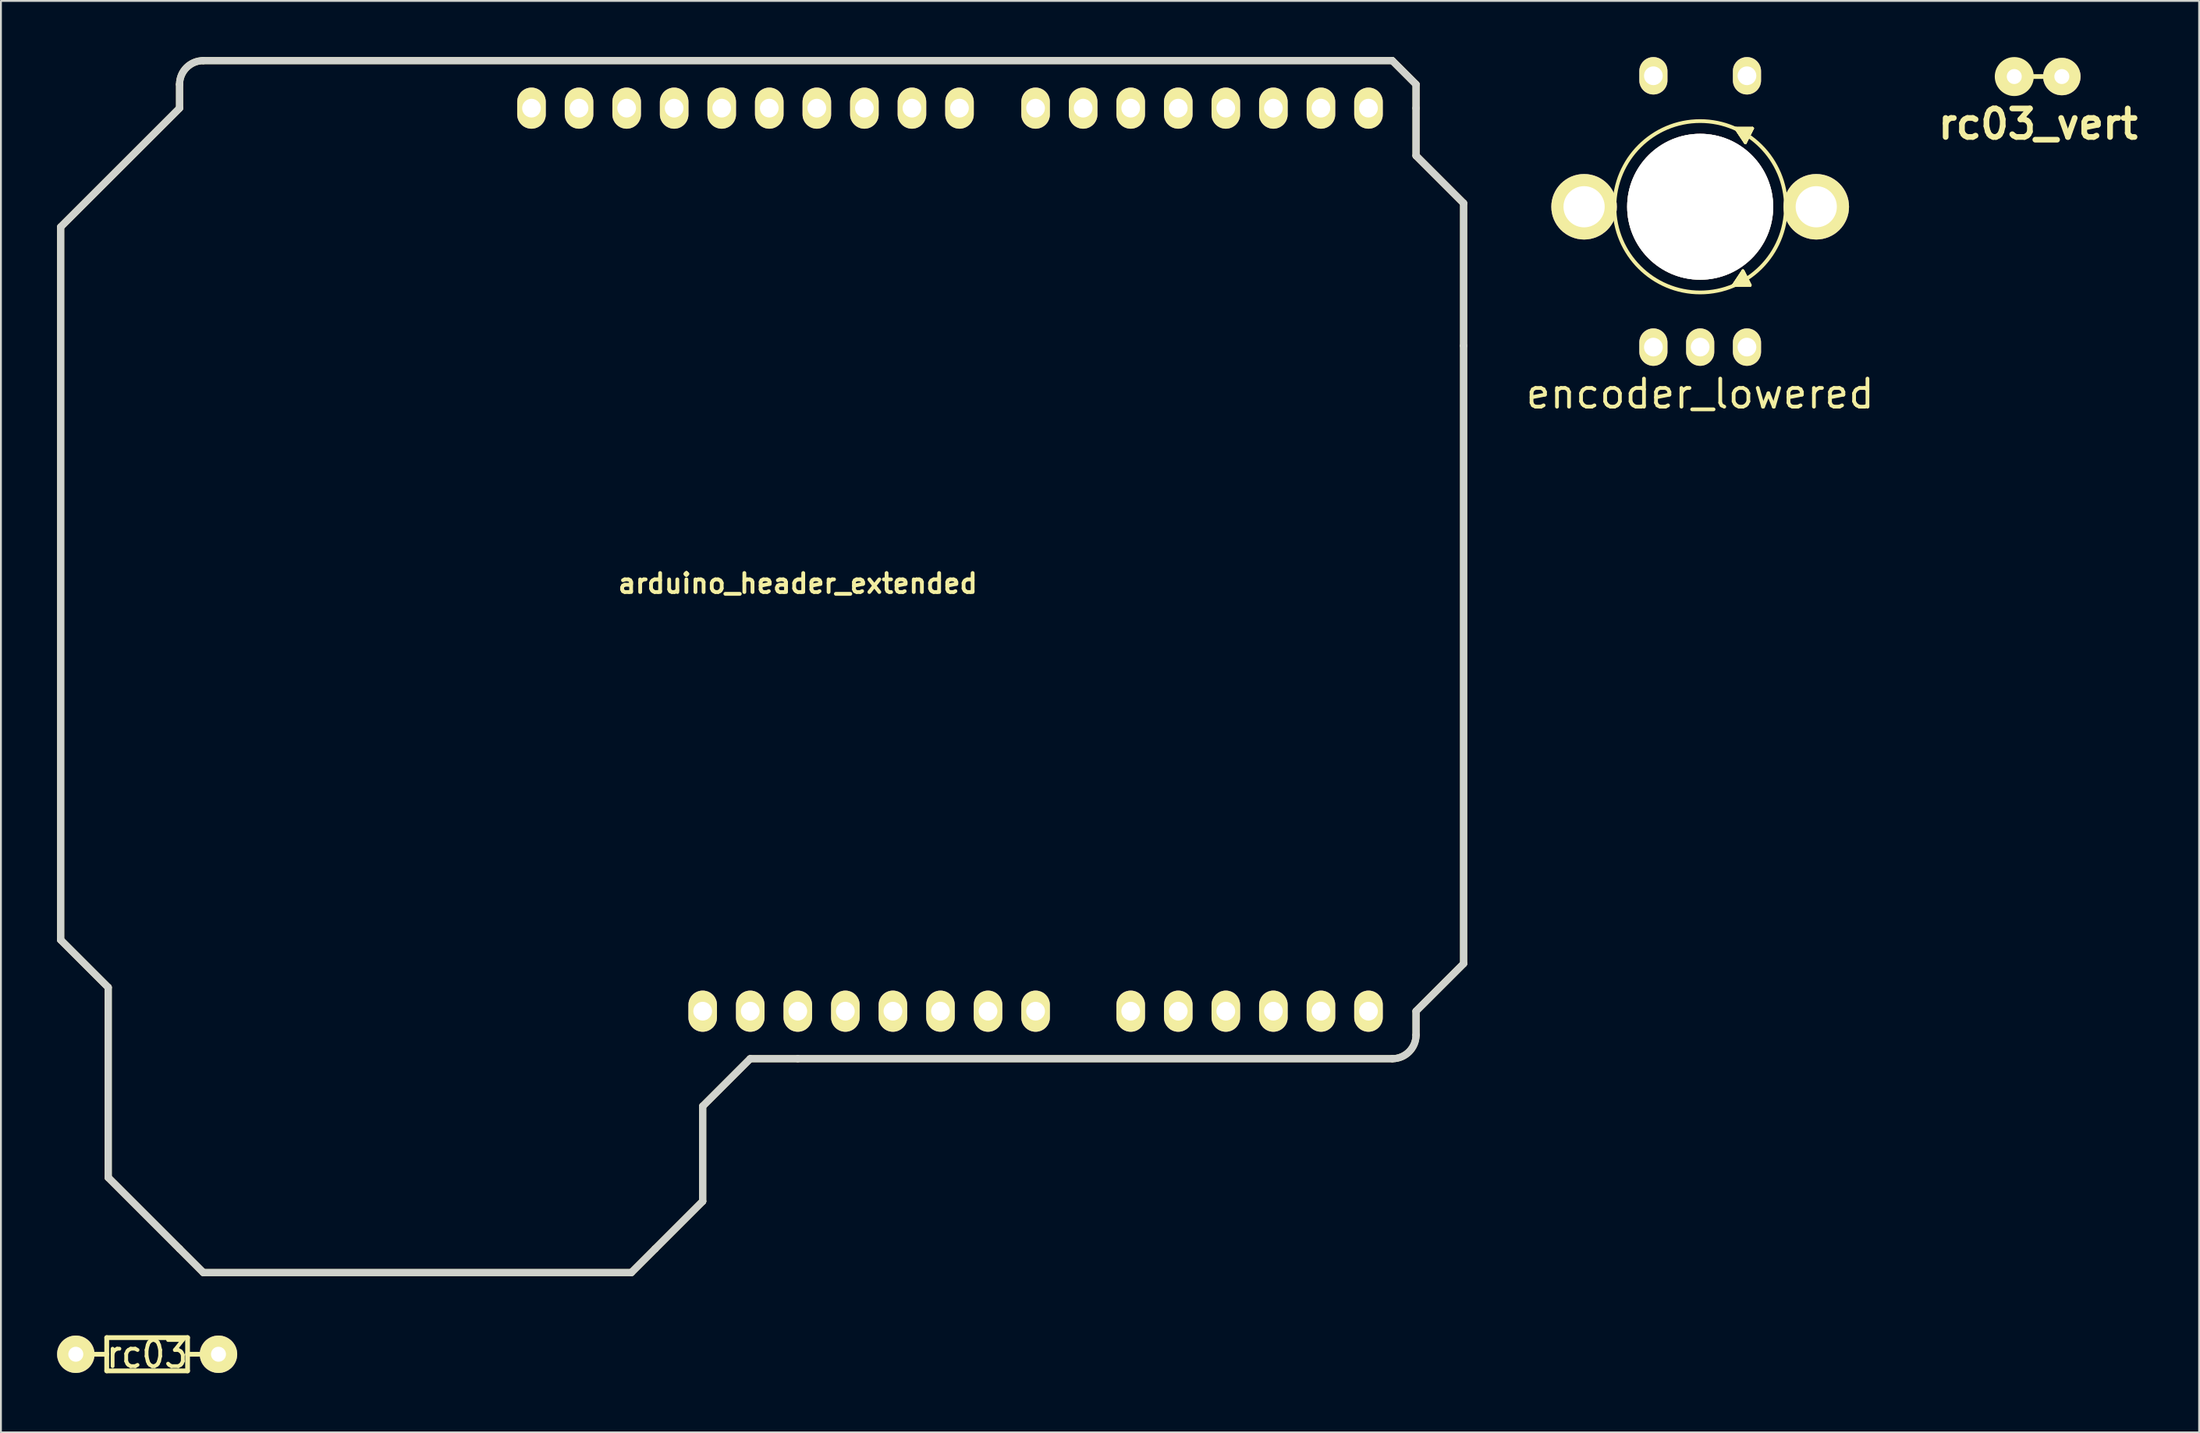
<source format=kicad_pcb>
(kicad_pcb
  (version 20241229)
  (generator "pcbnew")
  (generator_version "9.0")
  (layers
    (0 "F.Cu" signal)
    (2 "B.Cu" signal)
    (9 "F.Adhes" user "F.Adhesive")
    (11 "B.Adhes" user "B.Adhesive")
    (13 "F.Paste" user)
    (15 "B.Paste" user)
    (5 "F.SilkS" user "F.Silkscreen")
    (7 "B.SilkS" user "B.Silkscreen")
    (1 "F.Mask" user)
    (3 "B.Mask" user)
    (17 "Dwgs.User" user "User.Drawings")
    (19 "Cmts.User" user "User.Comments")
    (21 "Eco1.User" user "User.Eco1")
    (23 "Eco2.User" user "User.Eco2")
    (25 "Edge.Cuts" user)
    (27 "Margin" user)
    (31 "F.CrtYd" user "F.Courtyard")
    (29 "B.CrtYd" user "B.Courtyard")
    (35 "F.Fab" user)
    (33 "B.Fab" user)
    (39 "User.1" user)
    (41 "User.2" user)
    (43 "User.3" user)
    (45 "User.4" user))
  (footprint "encoder_lowered"
    (layer "F.Cu")
    (at 87.755 8)
    (property "Reference" "encoder_lowered" (at 0 10 0) (layer "F.SilkS") (effects (font (size 1.501 1.501) (thickness 0.201))))
    (attr through_hole)
    (fp_line (start 1.778 4.191) (end 2.667 4.191) (stroke (width 0.15) (type solid)) (layer "F.SilkS"))
    (fp_line (start 1.778 4.191) (end 2.667 4.191) (stroke (width 0.15) (type solid)) (layer "F.SilkS"))
    (fp_line (start 1.778 4.191) (end 2.667 4.191) (stroke (width 0.15) (type solid)) (layer "F.SilkS"))
    (fp_line (start 1.778 4.191) (end 2.667 4.191) (stroke (width 0.15) (type solid)) (layer "F.SilkS"))
    (fp_line (start 1.905 -4.191) (end 2.794 -4.191) (stroke (width 0.15) (type solid)) (layer "F.SilkS"))
    (fp_line (start 1.905 -4.191) (end 2.794 -4.191) (stroke (width 0.15) (type solid)) (layer "F.SilkS"))
    (fp_line (start 1.905 -4.191) (end 2.794 -4.191) (stroke (width 0.15) (type solid)) (layer "F.SilkS"))
    (fp_line (start 1.905 -4.191) (end 2.794 -4.191) (stroke (width 0.15) (type solid)) (layer "F.SilkS"))
    (fp_line (start 2.032 4.064) (end 2.286 3.683) (stroke (width 0.3) (type solid)) (layer "F.SilkS"))
    (fp_line (start 2.159 -4.064) (end 2.413 -3.683) (stroke (width 0.3) (type solid)) (layer "F.SilkS"))
    (fp_line (start 2.286 3.429) (end 1.778 4.191) (stroke (width 0.15) (type solid)) (layer "F.SilkS"))
    (fp_line (start 2.286 3.429) (end 1.778 4.191) (stroke (width 0.15) (type solid)) (layer "F.SilkS"))
    (fp_line (start 2.286 3.429) (end 1.778 4.191) (stroke (width 0.15) (type solid)) (layer "F.SilkS"))
    (fp_line (start 2.286 3.429) (end 1.778 4.191) (stroke (width 0.15) (type solid)) (layer "F.SilkS"))
    (fp_line (start 2.286 3.683) (end 2.413 4.064) (stroke (width 0.3) (type solid)) (layer "F.SilkS"))
    (fp_line (start 2.413 -3.683) (end 2.54 -4.064) (stroke (width 0.3) (type solid)) (layer "F.SilkS"))
    (fp_line (start 2.413 -3.429) (end 1.905 -4.191) (stroke (width 0.15) (type solid)) (layer "F.SilkS"))
    (fp_line (start 2.413 -3.429) (end 1.905 -4.191) (stroke (width 0.15) (type solid)) (layer "F.SilkS"))
    (fp_line (start 2.413 -3.429) (end 1.905 -4.191) (stroke (width 0.15) (type solid)) (layer "F.SilkS"))
    (fp_line (start 2.413 -3.429) (end 1.905 -4.191) (stroke (width 0.15) (type solid)) (layer "F.SilkS"))
    (fp_line (start 2.413 4.064) (end 2.032 4.064) (stroke (width 0.3) (type solid)) (layer "F.SilkS"))
    (fp_line (start 2.54 -4.064) (end 2.159 -4.064) (stroke (width 0.3) (type solid)) (layer "F.SilkS"))
    (fp_line (start 2.667 4.191) (end 2.286 3.429) (stroke (width 0.15) (type solid)) (layer "F.SilkS"))
    (fp_line (start 2.667 4.191) (end 2.286 3.429) (stroke (width 0.15) (type solid)) (layer "F.SilkS"))
    (fp_line (start 2.667 4.191) (end 2.286 3.429) (stroke (width 0.15) (type solid)) (layer "F.SilkS"))
    (fp_line (start 2.667 4.191) (end 2.286 3.429) (stroke (width 0.15) (type solid)) (layer "F.SilkS"))
    (fp_line (start 2.794 -4.191) (end 2.413 -3.429) (stroke (width 0.15) (type solid)) (layer "F.SilkS"))
    (fp_line (start 2.794 -4.191) (end 2.413 -3.429) (stroke (width 0.15) (type solid)) (layer "F.SilkS"))
    (fp_line (start 2.794 -4.191) (end 2.413 -3.429) (stroke (width 0.15) (type solid)) (layer "F.SilkS"))
    (fp_line (start 2.794 -4.191) (end 2.413 -3.429) (stroke (width 0.15) (type solid)) (layer "F.SilkS"))
    (fp_circle (center 0 0) (end 2.54 -3.81) (stroke (width 0.2) (type solid)) (fill no) (layer "F.SilkS"))
    (pad "" thru_hole circle (at 0 0) (size 7.8 7.8) (drill 7.8) (layers "*.Cu" "*.Mask" "F.SilkS"))
    (pad "1" thru_hole oval (at -2.499 7.501) (size 1.501 1.999) (drill 1.001) (layers "*.Cu" "*.Mask" "F.SilkS"))
    (pad "2" thru_hole oval (at 0 7.501) (size 1.501 1.999) (drill 1.001) (layers "*.Cu" "*.Mask" "F.SilkS"))
    (pad "3" thru_hole oval (at 2.499 7.501) (size 1.501 1.999) (drill 1.001) (layers "*.Cu" "*.Mask" "F.SilkS"))
    (pad "4" thru_hole oval (at 2.499 -7) (size 1.501 1.999) (drill 1.001) (layers "*.Cu" "*.Mask" "F.SilkS"))
    (pad "5" thru_hole oval (at -2.499 -7) (size 1.501 1.999) (drill 1.001) (layers "*.Cu" "*.Mask" "F.SilkS"))
    (pad "6" thru_hole circle (at -6.2 0) (size 3.5 3.5) (drill 2.2) (layers "*.Cu" "*.Mask" "F.SilkS"))
    (pad "6" thru_hole circle (at 6.2 0) (size 3.5 3.5) (drill 2.2) (layers "*.Cu" "*.Mask" "F.SilkS")))
  (footprint "arduino_header_extended"
    (layer "F.Cu")
    (at 39.56 26.86)
    (property "Reference" "arduino_header_extended" (at 0 1.27 0) (layer "F.SilkS") (effects (font (size 1.016 1.016) (thickness 0.203))))
    (attr through_hole)
    (fp_line (start -39.37 -17.78) (end -39.37 20.32) (stroke (width 0.381) (type solid)) (layer "F.SilkS"))
    (fp_line (start -39.37 20.32) (end -36.83 22.86) (stroke (width 0.381) (type solid)) (layer "F.SilkS"))
    (fp_line (start -36.83 33.02) (end -36.83 22.86) (stroke (width 0.381) (type solid)) (layer "F.SilkS"))
    (fp_line (start -33.02 -24.13) (end -39.37 -17.78) (stroke (width 0.381) (type solid)) (layer "F.SilkS"))
    (fp_line (start -33.02 -24.13) (end -33.02 -25.4) (stroke (width 0.381) (type solid)) (layer "F.SilkS"))
    (fp_line (start -33.02 36.83) (end -36.83 33.02) (stroke (width 0.381) (type solid)) (layer "F.SilkS"))
    (fp_line (start -31.75 38.1) (end -33.02 36.83) (stroke (width 0.381) (type solid)) (layer "F.SilkS"))
    (fp_line (start -8.89 38.1) (end -31.75 38.1) (stroke (width 0.381) (type solid)) (layer "F.SilkS"))
    (fp_line (start -7.62 36.83) (end -8.89 38.1) (stroke (width 0.381) (type solid)) (layer "F.SilkS"))
    (fp_line (start -5.08 29.21) (end -5.08 34.29) (stroke (width 0.381) (type solid)) (layer "F.SilkS"))
    (fp_line (start -5.08 34.29) (end -7.62 36.83) (stroke (width 0.381) (type solid)) (layer "F.SilkS"))
    (fp_line (start -2.54 26.67) (end -5.08 29.21) (stroke (width 0.381) (type solid)) (layer "F.SilkS"))
    (fp_line (start 0 26.67) (end -2.54 26.67) (stroke (width 0.381) (type solid)) (layer "F.SilkS"))
    (fp_line (start 0 26.67) (end 31.75 26.67) (stroke (width 0.381) (type solid)) (layer "F.SilkS"))
    (fp_line (start 31.75 -26.67) (end -31.75 -26.67) (stroke (width 0.381) (type solid)) (layer "F.SilkS"))
    (fp_line (start 31.75 -26.67) (end 33.02 -25.4) (stroke (width 0.381) (type solid)) (layer "F.SilkS"))
    (fp_line (start 33.02 -25.4) (end 33.02 -24.13) (stroke (width 0.381) (type solid)) (layer "F.SilkS"))
    (fp_line (start 33.02 -24.13) (end 33.02 -21.59) (stroke (width 0.381) (type solid)) (layer "F.SilkS"))
    (fp_line (start 33.02 -21.59) (end 35.56 -19.05) (stroke (width 0.381) (type solid)) (layer "F.SilkS"))
    (fp_line (start 33.02 24.13) (end 33.02 25.4) (stroke (width 0.381) (type solid)) (layer "F.SilkS"))
    (fp_line (start 35.56 -19.05) (end 35.56 -11.43) (stroke (width 0.381) (type solid)) (layer "F.SilkS"))
    (fp_line (start 35.56 21.59) (end 33.02 24.13) (stroke (width 0.381) (type solid)) (layer "F.SilkS"))
    (fp_line (start 35.56 21.59) (end 35.56 -11.43) (stroke (width 0.381) (type solid)) (layer "F.SilkS"))
    (fp_arc (start -33.02 -25.4) (mid -32.648026 -26.298026) (end -31.75 -26.67) (stroke (width 0.381) (type solid)) (layer "F.SilkS"))
    (fp_arc (start 33.02 25.4) (mid 32.648026 26.298026) (end 31.75 26.67) (stroke (width 0.381) (type solid)) (layer "F.SilkS"))
    (fp_line (start -39.37 -17.78) (end -39.37 20.32) (stroke (width 0.381) (type solid)) (layer "Edge.Cuts"))
    (fp_line (start -39.37 20.32) (end -36.83 22.86) (stroke (width 0.381) (type solid)) (layer "Edge.Cuts"))
    (fp_line (start -36.83 33.02) (end -36.83 22.86) (stroke (width 0.381) (type solid)) (layer "Edge.Cuts"))
    (fp_line (start -33.02 -24.13) (end -39.37 -17.78) (stroke (width 0.381) (type solid)) (layer "Edge.Cuts"))
    (fp_line (start -33.02 -24.13) (end -33.02 -25.4) (stroke (width 0.381) (type solid)) (layer "Edge.Cuts"))
    (fp_line (start -33.02 36.83) (end -36.83 33.02) (stroke (width 0.381) (type solid)) (layer "Edge.Cuts"))
    (fp_line (start -31.75 38.1) (end -33.02 36.83) (stroke (width 0.381) (type solid)) (layer "Edge.Cuts"))
    (fp_line (start -8.89 38.1) (end -31.75 38.1) (stroke (width 0.381) (type solid)) (layer "Edge.Cuts"))
    (fp_line (start -7.62 36.83) (end -8.89 38.1) (stroke (width 0.381) (type solid)) (layer "Edge.Cuts"))
    (fp_line (start -5.08 29.21) (end -5.08 34.29) (stroke (width 0.381) (type solid)) (layer "Edge.Cuts"))
    (fp_line (start -5.08 34.29) (end -7.62 36.83) (stroke (width 0.381) (type solid)) (layer "Edge.Cuts"))
    (fp_line (start -2.54 26.67) (end -5.08 29.21) (stroke (width 0.381) (type solid)) (layer "Edge.Cuts"))
    (fp_line (start 0 26.67) (end -2.54 26.67) (stroke (width 0.381) (type solid)) (layer "Edge.Cuts"))
    (fp_line (start 0 26.67) (end 31.75 26.67) (stroke (width 0.381) (type solid)) (layer "Edge.Cuts"))
    (fp_line (start 31.75 -26.67) (end -31.75 -26.67) (stroke (width 0.381) (type solid)) (layer "Edge.Cuts"))
    (fp_line (start 31.75 -26.67) (end 33.02 -25.4) (stroke (width 0.381) (type solid)) (layer "Edge.Cuts"))
    (fp_line (start 33.02 -25.4) (end 33.02 -24.13) (stroke (width 0.381) (type solid)) (layer "Edge.Cuts"))
    (fp_line (start 33.02 -24.13) (end 33.02 -21.59) (stroke (width 0.381) (type solid)) (layer "Edge.Cuts"))
    (fp_line (start 33.02 -21.59) (end 35.56 -19.05) (stroke (width 0.381) (type solid)) (layer "Edge.Cuts"))
    (fp_line (start 33.02 24.13) (end 33.02 25.4) (stroke (width 0.381) (type solid)) (layer "Edge.Cuts"))
    (fp_line (start 35.56 -19.05) (end 35.56 -11.43) (stroke (width 0.381) (type solid)) (layer "Edge.Cuts"))
    (fp_line (start 35.56 21.59) (end 33.02 24.13) (stroke (width 0.381) (type solid)) (layer "Edge.Cuts"))
    (fp_line (start 35.56 21.59) (end 35.56 -11.43) (stroke (width 0.381) (type solid)) (layer "Edge.Cuts"))
    (fp_arc (start -33.02 -25.4) (mid -32.648026 -26.298026) (end -31.75 -26.67) (stroke (width 0.381) (type solid)) (layer "Edge.Cuts"))
    (fp_arc (start 33.02 25.4) (mid 32.648026 26.298026) (end 31.75 26.67) (stroke (width 0.381) (type solid)) (layer "Edge.Cuts"))
    (pad "1" thru_hole oval (at -5.08 24.13) (size 1.524 2.2) (drill 1.001) (layers "*.Cu" "*.Mask" "F.SilkS"))
    (pad "2" thru_hole oval (at -2.54 24.13) (size 1.524 2.2) (drill 1.001) (layers "*.Cu" "*.Mask" "F.SilkS"))
    (pad "3" thru_hole oval (at 0 24.13) (size 1.524 2.2) (drill 1.001) (layers "*.Cu" "*.Mask" "F.SilkS"))
    (pad "4" thru_hole oval (at 2.54 24.13) (size 1.524 2.2) (drill 1.001) (layers "*.Cu" "*.Mask" "F.SilkS"))
    (pad "5" thru_hole oval (at 5.08 24.13) (size 1.524 2.2) (drill 1.001) (layers "*.Cu" "*.Mask" "F.SilkS"))
    (pad "6" thru_hole oval (at 7.62 24.13) (size 1.524 2.2) (drill 1.001) (layers "*.Cu" "*.Mask" "F.SilkS"))
    (pad "7" thru_hole oval (at 10.16 24.13) (size 1.524 2.2) (drill 1.001) (layers "*.Cu" "*.Mask" "F.SilkS"))
    (pad "8" thru_hole oval (at 12.7 24.13) (size 1.524 2.2) (drill 1.001) (layers "*.Cu" "*.Mask" "F.SilkS"))
    (pad "9" thru_hole oval (at 17.78 24.13) (size 1.524 2.2) (drill 1.001) (layers "*.Cu" "*.Mask" "F.SilkS"))
    (pad "10" thru_hole oval (at 20.32 24.13) (size 1.524 2.2) (drill 1.001) (layers "*.Cu" "*.Mask" "F.SilkS"))
    (pad "11" thru_hole oval (at 22.86 24.13) (size 1.524 2.2) (drill 1.001) (layers "*.Cu" "*.Mask" "F.SilkS"))
    (pad "12" thru_hole oval (at 25.4 24.13) (size 1.524 2.2) (drill 1.001) (layers "*.Cu" "*.Mask" "F.SilkS"))
    (pad "13" thru_hole oval (at 27.94 24.13) (size 1.524 2.2) (drill 1.001) (layers "*.Cu" "*.Mask" "F.SilkS"))
    (pad "14" thru_hole oval (at 30.48 24.13) (size 1.524 2.2) (drill 1.001) (layers "*.Cu" "*.Mask" "F.SilkS"))
    (pad "15" thru_hole oval (at 30.48 -24.13) (size 1.524 2.197) (drill 0.998) (layers "*.Cu" "*.Mask" "F.SilkS"))
    (pad "16" thru_hole oval (at 27.94 -24.13) (size 1.524 2.197) (drill 0.998) (layers "*.Cu" "*.Mask" "F.SilkS"))
    (pad "17" thru_hole oval (at 25.4 -24.13) (size 1.524 2.197) (drill 0.998) (layers "*.Cu" "*.Mask" "F.SilkS"))
    (pad "18" thru_hole oval (at 22.86 -24.13) (size 1.524 2.197) (drill 0.998) (layers "*.Cu" "*.Mask" "F.SilkS"))
    (pad "19" thru_hole oval (at 20.32 -24.13) (size 1.524 2.197) (drill 0.998) (layers "*.Cu" "*.Mask" "F.SilkS"))
    (pad "20" thru_hole oval (at 17.78 -24.13) (size 1.524 2.197) (drill 0.998) (layers "*.Cu" "*.Mask" "F.SilkS"))
    (pad "21" thru_hole oval (at 15.24 -24.13) (size 1.524 2.197) (drill 0.998) (layers "*.Cu" "*.Mask" "F.SilkS"))
    (pad "22" thru_hole oval (at 12.7 -24.13) (size 1.524 2.197) (drill 0.998) (layers "*.Cu" "*.Mask" "F.SilkS"))
    (pad "23" thru_hole oval (at 8.636 -24.13) (size 1.524 2.197) (drill 0.998) (layers "*.Cu" "*.Mask" "F.SilkS"))
    (pad "24" thru_hole oval (at 6.096 -24.13) (size 1.524 2.197) (drill 0.998) (layers "*.Cu" "*.Mask" "F.SilkS"))
    (pad "25" thru_hole oval (at 3.556 -24.13) (size 1.524 2.197) (drill 0.998) (layers "*.Cu" "*.Mask" "F.SilkS"))
    (pad "26" thru_hole oval (at 1.016 -24.13) (size 1.524 2.197) (drill 0.998) (layers "*.Cu" "*.Mask" "F.SilkS"))
    (pad "27" thru_hole oval (at -1.524 -24.13) (size 1.524 2.197) (drill 0.998) (layers "*.Cu" "*.Mask" "F.SilkS"))
    (pad "28" thru_hole oval (at -4.064 -24.13) (size 1.524 2.197) (drill 0.998) (layers "*.Cu" "*.Mask" "F.SilkS"))
    (pad "29" thru_hole oval (at -6.604 -24.13) (size 1.524 2.197) (drill 0.998) (layers "*.Cu" "*.Mask" "F.SilkS"))
    (pad "30" thru_hole oval (at -9.141 -24.13) (size 1.524 2.197) (drill 0.998) (layers "*.Cu" "*.Mask" "F.SilkS"))
    (pad "31" thru_hole oval (at -11.684 -24.13) (size 1.524 2.197) (drill 0.998) (layers "*.Cu" "*.Mask" "F.SilkS"))
    (pad "32" thru_hole oval (at -14.224 -24.13) (size 1.524 2.197) (drill 0.998) (layers "*.Cu" "*.Mask" "F.SilkS")))
  (footprint "rc03_vert"
    (layer "F.Cu")
    (at 105.801 1.041)
    (property "Reference" "rc03_vert" (at 0 2.54 0) (layer "F.SilkS") (effects (font (size 1.524 1.524) (thickness 0.305))))
    (attr through_hole)
    (fp_line (start -1.27 0) (end 1.27 0) (stroke (width 0.254) (type solid)) (layer "F.SilkS"))
    (fp_circle (center -1.27 0) (end -2.159 0) (stroke (width 0.305) (type solid)) (fill no) (layer "F.SilkS"))
    (pad "1" thru_hole circle (at -1.27 0) (size 1.999 1.999) (drill 0.8) (layers "*.Cu" "*.Mask" "F.SilkS"))
    (pad "2" thru_hole circle (at 1.27 0) (size 1.999 1.999) (drill 0.8) (layers "*.Cu" "*.Mask" "F.SilkS")))
  (footprint "rc03"
    (layer "F.Cu")
    (at 4.809 69.325)
    (property "Reference" "rc03" (at 0 0 0) (layer "F.SilkS") (effects (font (size 1.397 1.27) (thickness 0.203))))
    (attr through_hole)
    (fp_line (start -2.159 -0.889) (end -2.159 0.889) (stroke (width 0.254) (type solid)) (layer "F.SilkS"))
    (fp_line (start -2.159 0) (end -3.81 0) (stroke (width 0.254) (type solid)) (layer "F.SilkS"))
    (fp_line (start -2.159 0.889) (end 2.159 0.889) (stroke (width 0.254) (type solid)) (layer "F.SilkS"))
    (fp_line (start 2.159 -0.889) (end -2.159 -0.889) (stroke (width 0.254) (type solid)) (layer "F.SilkS"))
    (fp_line (start 2.159 0) (end 3.81 0) (stroke (width 0.254) (type solid)) (layer "F.SilkS"))
    (fp_line (start 2.159 0.889) (end 2.159 -0.889) (stroke (width 0.254) (type solid)) (layer "F.SilkS"))
    (pad "1" thru_hole circle (at -3.81 0) (size 1.999 1.999) (drill 0.8) (layers "*.Cu" "*.Mask" "F.SilkS"))
    (pad "2" thru_hole circle (at 3.81 0) (size 1.999 1.999) (drill 0.8) (layers "*.Cu" "*.Mask" "F.SilkS")))
  (gr_rect
    (start -3 -3)
    (end 114.403 73.499)
    (stroke (width 0.1) (type default))
    (fill no)
    (layer "Edge.Cuts")))
</source>
